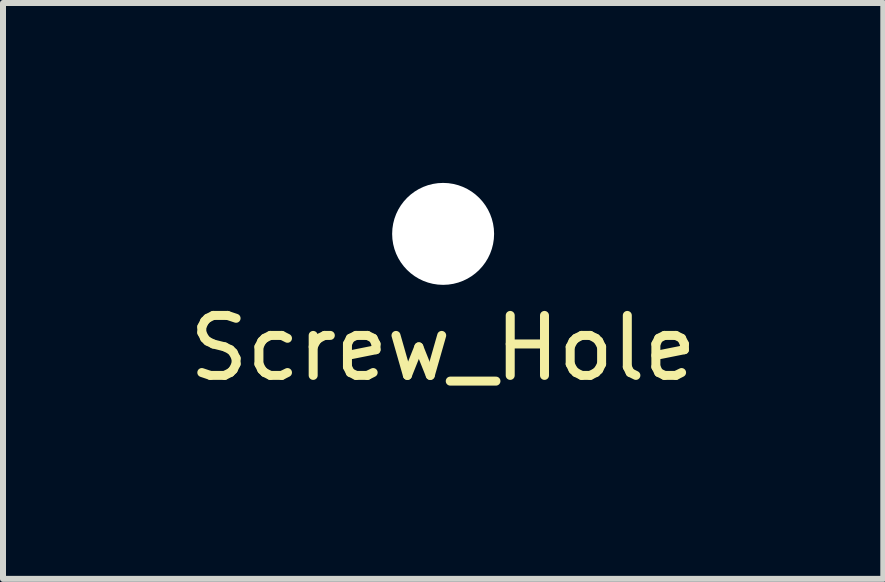
<source format=kicad_pcb>
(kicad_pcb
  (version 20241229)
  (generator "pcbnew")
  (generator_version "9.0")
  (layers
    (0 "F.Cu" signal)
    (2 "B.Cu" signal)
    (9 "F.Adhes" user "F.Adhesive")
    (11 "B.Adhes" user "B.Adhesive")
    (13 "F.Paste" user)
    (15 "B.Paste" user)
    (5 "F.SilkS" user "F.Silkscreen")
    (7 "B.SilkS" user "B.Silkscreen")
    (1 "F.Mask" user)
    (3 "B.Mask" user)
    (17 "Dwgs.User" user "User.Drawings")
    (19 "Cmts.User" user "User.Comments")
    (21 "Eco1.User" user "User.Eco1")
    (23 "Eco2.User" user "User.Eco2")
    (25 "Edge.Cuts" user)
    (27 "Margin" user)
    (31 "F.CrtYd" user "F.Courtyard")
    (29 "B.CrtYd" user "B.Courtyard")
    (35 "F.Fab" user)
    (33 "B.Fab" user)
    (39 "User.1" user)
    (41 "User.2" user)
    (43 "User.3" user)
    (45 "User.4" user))
  (footprint "Screw_Hole"
    (layer "F.Cu")
    (at 4.339 0.85)
    (property "Reference" "Screw_Hole" (at 0 1.905 0) (layer "F.SilkS") (effects (font (size 1 1) (thickness 0.15))))
    (attr through_hole)
    (pad "" np_thru_hole circle (at 0 0) (size 1.7 1.7) (drill 1.7) (layers "*.Cu" "*.Mask")))
  (gr_rect
    (start -3 -3)
    (end 11.679 6.603)
    (stroke (width 0.1) (type default))
    (fill no)
    (layer "Edge.Cuts")))
</source>
